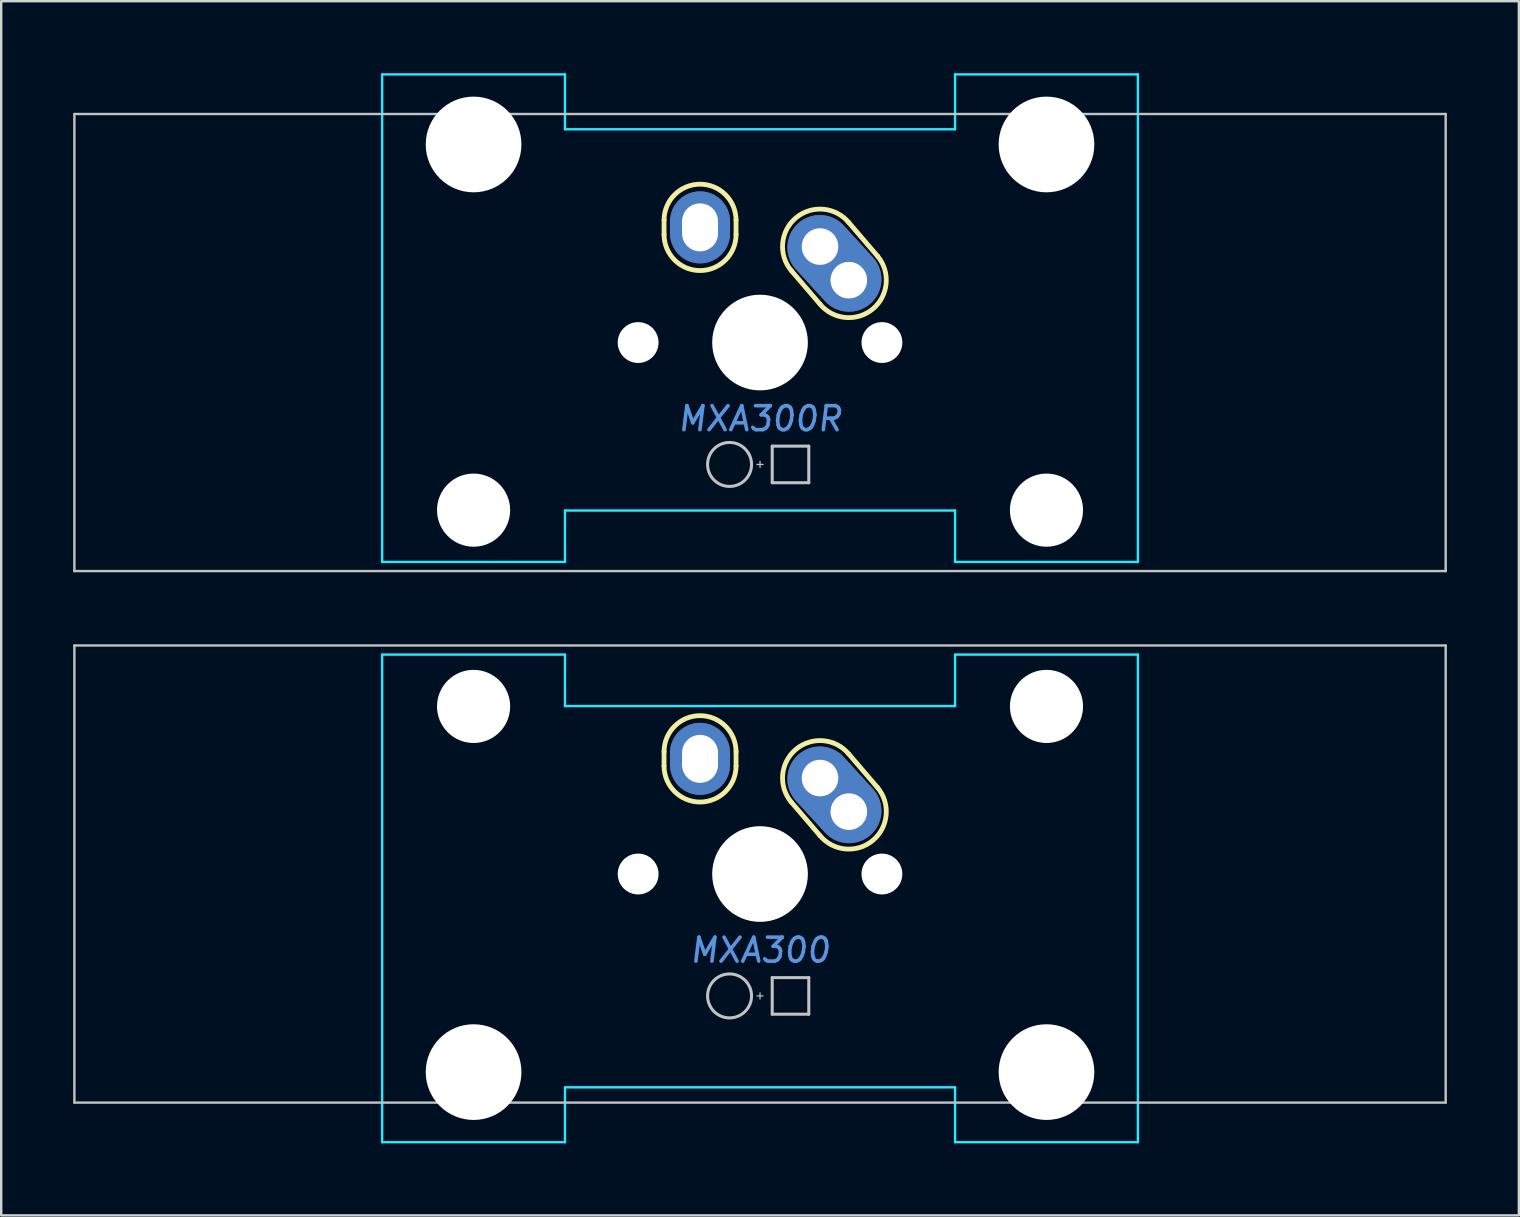
<source format=kicad_pcb>
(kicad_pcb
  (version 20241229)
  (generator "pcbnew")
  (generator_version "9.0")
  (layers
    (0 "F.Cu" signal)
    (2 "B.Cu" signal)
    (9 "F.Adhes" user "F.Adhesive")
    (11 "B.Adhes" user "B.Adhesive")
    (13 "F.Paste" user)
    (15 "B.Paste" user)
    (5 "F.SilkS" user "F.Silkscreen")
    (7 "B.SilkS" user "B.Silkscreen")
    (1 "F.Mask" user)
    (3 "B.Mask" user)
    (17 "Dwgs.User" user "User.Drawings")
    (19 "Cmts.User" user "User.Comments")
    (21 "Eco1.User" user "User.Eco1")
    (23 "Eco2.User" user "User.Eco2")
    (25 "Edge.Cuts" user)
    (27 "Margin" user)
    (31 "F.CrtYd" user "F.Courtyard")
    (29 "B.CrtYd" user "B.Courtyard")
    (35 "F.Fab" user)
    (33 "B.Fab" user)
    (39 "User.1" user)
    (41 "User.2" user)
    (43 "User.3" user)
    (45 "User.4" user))
  (footprint "MXA300R"
    (layer "F.Cu")
    (at 28.625 11.226)
    (property "Reference" "MXA300R" (at 0 3.175 0) (layer "Cmts.User") (effects (font (size 1 1) (thickness 0.15) (italic yes))))
    (attr through_hole)
    (fp_line (start -4 -4.5) (end -4 -5.1) (stroke (width 0.2) (type solid)) (layer "F.SilkS"))
    (fp_line (start -1 -4.5) (end -1 -5.1) (stroke (width 0.2) (type solid)) (layer "F.SilkS"))
    (fp_line (start 1.3 -3) (end 2.5 -1.6) (stroke (width 0.2) (type solid)) (layer "F.SilkS"))
    (fp_line (start 3.7 -5) (end 4.9 -3.6) (stroke (width 0.2) (type solid)) (layer "F.SilkS"))
    (fp_arc (start -4 -5.1) (mid -2.5 -6.6) (end -1 -5.1) (stroke (width 0.2) (type solid)) (layer "F.SilkS"))
    (fp_arc (start -1 -4.5) (mid -2.5 -3) (end -4 -4.5) (stroke (width 0.2) (type solid)) (layer "F.SilkS"))
    (fp_arc (start 1.3 -3) (mid 1.5 -5.2) (end 3.7 -5) (stroke (width 0.2) (type solid)) (layer "F.SilkS"))
    (fp_arc (start 4.9 -3.6) (mid 4.7 -1.4) (end 2.5 -1.6) (stroke (width 0.2) (type solid)) (layer "F.SilkS"))
    (fp_line (start -28.575 -9.525) (end -28.575 9.525) (stroke (width 0.1) (type solid)) (layer "Dwgs.User"))
    (fp_line (start -0.127 5.08) (end 0.127 5.08) (stroke (width 0.051) (type solid)) (layer "Dwgs.User"))
    (fp_line (start 0 4.953) (end 0 5.207) (stroke (width 0.051) (type solid)) (layer "Dwgs.User"))
    (fp_line (start 0.508 4.318) (end 0.508 5.842) (stroke (width 0.127) (type solid)) (layer "Dwgs.User"))
    (fp_line (start 0.508 4.318) (end 2.032 4.318) (stroke (width 0.127) (type solid)) (layer "Dwgs.User"))
    (fp_line (start 0.508 5.842) (end 2.032 5.842) (stroke (width 0.127) (type solid)) (layer "Dwgs.User"))
    (fp_line (start 2.032 5.842) (end 2.032 4.318) (stroke (width 0.127) (type solid)) (layer "Dwgs.User"))
    (fp_line (start 28.575 -9.525) (end -28.575 -9.525) (stroke (width 0.1) (type solid)) (layer "Dwgs.User"))
    (fp_line (start 28.575 -9.525) (end 28.575 9.525) (stroke (width 0.1) (type solid)) (layer "Dwgs.User"))
    (fp_line (start 28.575 9.525) (end -28.575 9.525) (stroke (width 0.1) (type solid)) (layer "Dwgs.User"))
    (fp_circle (center -1.27 5.08) (end -0.354 5.08) (stroke (width 0.127) (type solid)) (fill no) (layer "Dwgs.User"))
    (fp_line (start -15.748 9.144) (end -15.748 -11.176) (stroke (width 0.1) (type solid)) (layer "B.CrtYd"))
    (fp_line (start -8.128 -11.176) (end -15.748 -11.176) (stroke (width 0.1) (type solid)) (layer "B.CrtYd"))
    (fp_line (start -8.128 -8.89) (end -8.128 -11.176) (stroke (width 0.1) (type solid)) (layer "B.CrtYd"))
    (fp_line (start -8.128 7) (end -8.128 9.144) (stroke (width 0.1) (type solid)) (layer "B.CrtYd"))
    (fp_line (start -8.128 7) (end 8.128 7) (stroke (width 0.1) (type solid)) (layer "B.CrtYd"))
    (fp_line (start -8.128 9.144) (end -15.748 9.144) (stroke (width 0.1) (type solid)) (layer "B.CrtYd"))
    (fp_line (start 8.128 -8.89) (end -8.128 -8.89) (stroke (width 0.1) (type solid)) (layer "B.CrtYd"))
    (fp_line (start 8.128 -8.89) (end 8.128 -11.176) (stroke (width 0.1) (type solid)) (layer "B.CrtYd"))
    (fp_line (start 8.128 7) (end 8.128 9.144) (stroke (width 0.1) (type solid)) (layer "B.CrtYd"))
    (fp_line (start 15.748 -11.176) (end 8.128 -11.176) (stroke (width 0.1) (type solid)) (layer "B.CrtYd"))
    (fp_line (start 15.748 9.144) (end 8.128 9.144) (stroke (width 0.1) (type solid)) (layer "B.CrtYd"))
    (fp_line (start 15.748 9.144) (end 15.748 -11.176) (stroke (width 0.1) (type solid)) (layer "B.CrtYd"))
    (pad "" np_thru_hole circle (at -11.938 -8.255) (size 3.988 3.988) (drill 3.988) (layers "*.Cu" "*.Mask"))
    (pad "" np_thru_hole circle (at -11.938 6.985) (size 3.048 3.048) (drill 3.048) (layers "*.Cu" "*.Mask"))
    (pad "" np_thru_hole circle (at -5.08 0) (size 1.702 1.702) (drill 1.702) (layers "*.Cu" "*.Mask"))
    (pad "" np_thru_hole circle (at 0 0) (size 3.988 3.988) (drill 3.988) (layers "*.Cu" "*.Mask"))
    (pad "" np_thru_hole circle (at 5.08 0) (size 1.702 1.702) (drill 1.702) (layers "*.Cu" "*.Mask"))
    (pad "" np_thru_hole circle (at 11.938 -8.255) (size 3.988 3.988) (drill 3.988) (layers "*.Cu" "*.Mask"))
    (pad "" np_thru_hole circle (at 11.938 6.985) (size 3.048 3.048) (drill 3.048) (layers "*.Cu" "*.Mask"))
    (pad "1" thru_hole oval (at -2.5 -4.8) (size 2.5 3) (drill oval 1.5 2) (layers "*.Cu" "*.Mask"))
    (pad "2" thru_hole circle (at 2.5 -4) (size 2.5 2.5) (drill 1.524) (layers "*.Cu" "*.Mask"))
    (pad "2" smd oval (at 3.1 -3.3 222.5) (size 2.7 4.5) (layers "F.Cu" "F.Mask"))
    (pad "2" smd oval (at 3.1 -3.3 222.5) (size 2.7 4.5) (layers "B.Cu" "B.Mask"))
    (pad "2" thru_hole circle (at 3.7 -2.6) (size 2.5 2.5) (drill 1.524) (layers "*.Cu" "*.Mask")))
  (footprint "MXA300"
    (layer "F.Cu")
    (at 28.625 33.376)
    (property "Reference" "MXA300" (at 0 3.175 0) (layer "Cmts.User") (effects (font (size 1 1) (thickness 0.15) (italic yes))))
    (attr through_hole)
    (fp_line (start -4 -4.5) (end -4 -5.1) (stroke (width 0.2) (type solid)) (layer "F.SilkS"))
    (fp_line (start -1 -4.5) (end -1 -5.1) (stroke (width 0.2) (type solid)) (layer "F.SilkS"))
    (fp_line (start 1.3 -3) (end 2.5 -1.6) (stroke (width 0.2) (type solid)) (layer "F.SilkS"))
    (fp_line (start 3.7 -5) (end 4.9 -3.6) (stroke (width 0.2) (type solid)) (layer "F.SilkS"))
    (fp_arc (start -4 -5.1) (mid -2.5 -6.6) (end -1 -5.1) (stroke (width 0.2) (type solid)) (layer "F.SilkS"))
    (fp_arc (start -1 -4.5) (mid -2.5 -3) (end -4 -4.5) (stroke (width 0.2) (type solid)) (layer "F.SilkS"))
    (fp_arc (start 1.3 -3) (mid 1.5 -5.2) (end 3.7 -5) (stroke (width 0.2) (type solid)) (layer "F.SilkS"))
    (fp_arc (start 4.9 -3.6) (mid 4.7 -1.4) (end 2.5 -1.6) (stroke (width 0.2) (type solid)) (layer "F.SilkS"))
    (fp_line (start -28.575 -9.525) (end -28.575 9.525) (stroke (width 0.1) (type solid)) (layer "Dwgs.User"))
    (fp_line (start -0.127 5.08) (end 0.127 5.08) (stroke (width 0.051) (type solid)) (layer "Dwgs.User"))
    (fp_line (start 0 4.953) (end 0 5.207) (stroke (width 0.051) (type solid)) (layer "Dwgs.User"))
    (fp_line (start 0.508 4.318) (end 0.508 5.842) (stroke (width 0.127) (type solid)) (layer "Dwgs.User"))
    (fp_line (start 0.508 4.318) (end 2.032 4.318) (stroke (width 0.127) (type solid)) (layer "Dwgs.User"))
    (fp_line (start 0.508 5.842) (end 2.032 5.842) (stroke (width 0.127) (type solid)) (layer "Dwgs.User"))
    (fp_line (start 2.032 5.842) (end 2.032 4.318) (stroke (width 0.127) (type solid)) (layer "Dwgs.User"))
    (fp_line (start 28.575 -9.525) (end -28.575 -9.525) (stroke (width 0.1) (type solid)) (layer "Dwgs.User"))
    (fp_line (start 28.575 -9.525) (end 28.575 9.525) (stroke (width 0.1) (type solid)) (layer "Dwgs.User"))
    (fp_line (start 28.575 9.525) (end -28.575 9.525) (stroke (width 0.1) (type solid)) (layer "Dwgs.User"))
    (fp_circle (center -1.27 5.08) (end -0.354 5.08) (stroke (width 0.127) (type solid)) (fill no) (layer "Dwgs.User"))
    (fp_line (start -15.748 -9.144) (end -15.748 11.176) (stroke (width 0.1) (type solid)) (layer "B.CrtYd"))
    (fp_line (start -15.748 -9.144) (end -8.128 -9.144) (stroke (width 0.1) (type solid)) (layer "B.CrtYd"))
    (fp_line (start -15.748 11.176) (end -8.128 11.176) (stroke (width 0.1) (type solid)) (layer "B.CrtYd"))
    (fp_line (start -8.128 -7) (end -8.128 -9.144) (stroke (width 0.1) (type solid)) (layer "B.CrtYd"))
    (fp_line (start -8.128 8.89) (end -8.128 11.176) (stroke (width 0.1) (type solid)) (layer "B.CrtYd"))
    (fp_line (start -8.128 8.89) (end 8.128 8.89) (stroke (width 0.1) (type solid)) (layer "B.CrtYd"))
    (fp_line (start 8.128 -9.144) (end 15.748 -9.144) (stroke (width 0.1) (type solid)) (layer "B.CrtYd"))
    (fp_line (start 8.128 -7) (end -8.128 -7) (stroke (width 0.1) (type solid)) (layer "B.CrtYd"))
    (fp_line (start 8.128 -7) (end 8.128 -9.144) (stroke (width 0.1) (type solid)) (layer "B.CrtYd"))
    (fp_line (start 8.128 8.89) (end 8.128 11.176) (stroke (width 0.1) (type solid)) (layer "B.CrtYd"))
    (fp_line (start 8.128 11.176) (end 15.748 11.176) (stroke (width 0.1) (type solid)) (layer "B.CrtYd"))
    (fp_line (start 15.748 -9.144) (end 15.748 11.176) (stroke (width 0.1) (type solid)) (layer "B.CrtYd"))
    (pad "" np_thru_hole circle (at -11.938 -6.985 180) (size 3.048 3.048) (drill 3.048) (layers "*.Cu" "*.Mask"))
    (pad "" np_thru_hole circle (at -11.938 8.255 180) (size 3.988 3.988) (drill 3.988) (layers "*.Cu" "*.Mask"))
    (pad "" np_thru_hole circle (at -5.08 0) (size 1.702 1.702) (drill 1.702) (layers "*.Cu" "*.Mask"))
    (pad "" np_thru_hole circle (at 0 0) (size 3.988 3.988) (drill 3.988) (layers "*.Cu" "*.Mask"))
    (pad "" np_thru_hole circle (at 5.08 0) (size 1.702 1.702) (drill 1.702) (layers "*.Cu" "*.Mask"))
    (pad "" np_thru_hole circle (at 11.938 -6.985 180) (size 3.048 3.048) (drill 3.048) (layers "*.Cu" "*.Mask"))
    (pad "" np_thru_hole circle (at 11.938 8.255 180) (size 3.988 3.988) (drill 3.988) (layers "*.Cu" "*.Mask"))
    (pad "1" thru_hole oval (at -2.5 -4.8) (size 2.5 3) (drill oval 1.5 2) (layers "*.Cu" "*.Mask"))
    (pad "2" thru_hole circle (at 2.5 -4) (size 2.5 2.5) (drill 1.524) (layers "*.Cu" "*.Mask"))
    (pad "2" smd oval (at 3.1 -3.3 222.5) (size 2.7 4.5) (layers "F.Cu" "F.Mask"))
    (pad "2" smd oval (at 3.1 -3.3 222.5) (size 2.7 4.5) (layers "B.Cu" "B.Mask"))
    (pad "2" thru_hole circle (at 3.7 -2.6) (size 2.5 2.5) (drill 1.524) (layers "*.Cu" "*.Mask")))
  (gr_rect
    (start -3 -3)
    (end 60.25 47.602)
    (stroke (width 0.1) (type default))
    (fill no)
    (layer "Edge.Cuts")))
</source>
